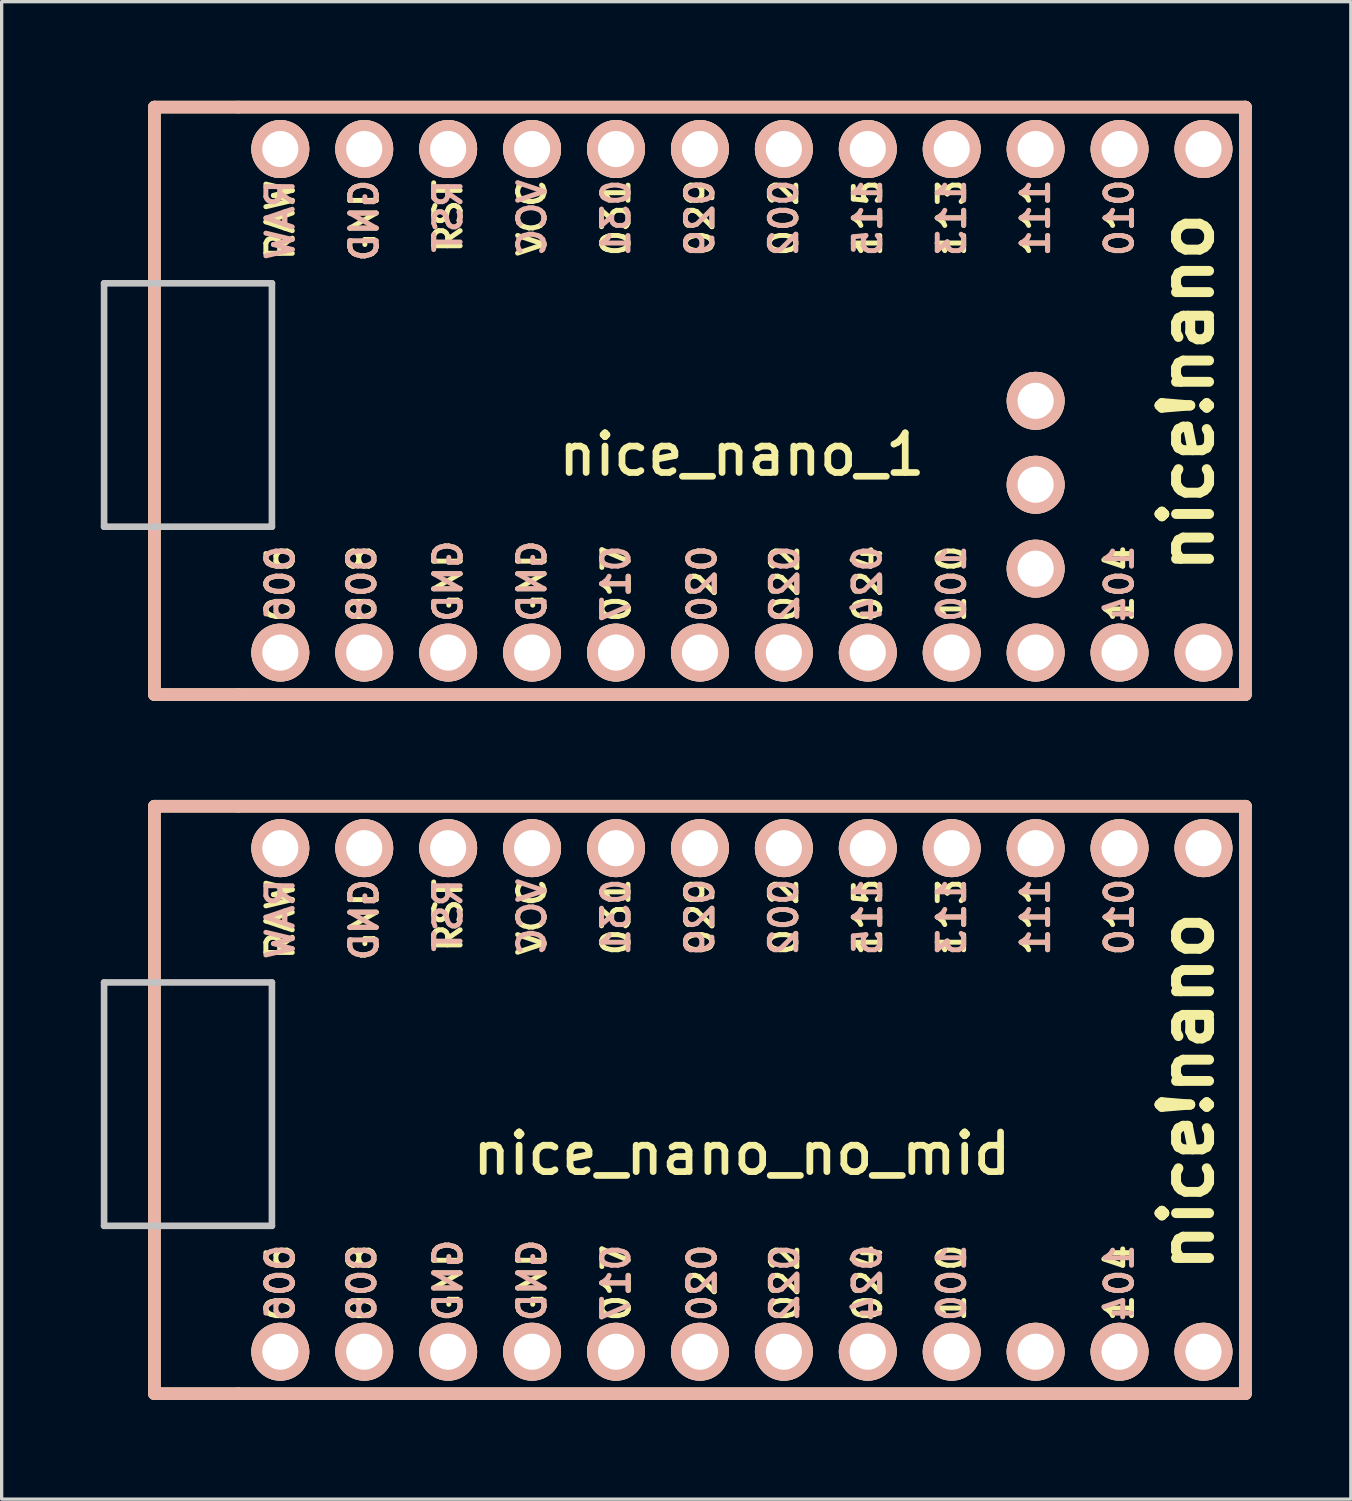
<source format=kicad_pcb>
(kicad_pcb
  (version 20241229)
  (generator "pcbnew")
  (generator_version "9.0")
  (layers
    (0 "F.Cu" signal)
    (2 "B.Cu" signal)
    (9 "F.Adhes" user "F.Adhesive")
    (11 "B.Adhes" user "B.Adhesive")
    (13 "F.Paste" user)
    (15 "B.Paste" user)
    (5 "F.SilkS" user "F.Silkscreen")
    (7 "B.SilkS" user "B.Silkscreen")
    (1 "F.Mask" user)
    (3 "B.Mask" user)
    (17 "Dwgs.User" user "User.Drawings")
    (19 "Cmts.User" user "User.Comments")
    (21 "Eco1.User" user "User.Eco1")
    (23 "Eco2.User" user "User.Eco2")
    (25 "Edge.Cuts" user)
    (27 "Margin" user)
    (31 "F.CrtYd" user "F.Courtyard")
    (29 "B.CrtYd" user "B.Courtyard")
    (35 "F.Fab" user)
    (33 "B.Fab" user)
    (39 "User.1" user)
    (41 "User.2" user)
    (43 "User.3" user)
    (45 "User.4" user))
  (footprint "nice_nano_1"
    (layer "F.Cu")
    (at 19.404 9.081)
    (property "Reference" "nice_nano_1" (at 0 1.625 0) (layer "F.SilkS") (effects (font (size 1.2 1.2) (thickness 0.203))))
    (attr through_hole)
    (fp_line (start -17.78 -8.89) (end -17.78 8.89) (stroke (width 0.381) (type solid)) (layer "F.SilkS"))
    (fp_line (start -17.78 8.89) (end -15.24 8.89) (stroke (width 0.381) (type solid)) (layer "F.SilkS"))
    (fp_line (start -15.24 -8.89) (end -17.78 -8.89) (stroke (width 0.381) (type solid)) (layer "F.SilkS"))
    (fp_line (start -15.24 8.89) (end 15.24 8.89) (stroke (width 0.381) (type solid)) (layer "F.SilkS"))
    (fp_line (start 15.24 -8.89) (end -15.24 -8.89) (stroke (width 0.381) (type solid)) (layer "F.SilkS"))
    (fp_line (start 15.24 8.89) (end 15.24 -8.89) (stroke (width 0.381) (type solid)) (layer "F.SilkS"))
    (fp_line (start -17.78 -8.89) (end -17.78 8.89) (stroke (width 0.381) (type solid)) (layer "B.SilkS"))
    (fp_line (start -17.78 8.89) (end 15.24 8.89) (stroke (width 0.381) (type solid)) (layer "B.SilkS"))
    (fp_line (start 15.24 -8.89) (end -17.78 -8.89) (stroke (width 0.381) (type solid)) (layer "B.SilkS"))
    (fp_line (start 15.24 8.89) (end 15.24 -8.89) (stroke (width 0.381) (type solid)) (layer "B.SilkS"))
    (fp_line (start -19.304 -3.556) (end -14.224 -3.556) (stroke (width 0.2) (type solid)) (layer "Dwgs.User"))
    (fp_line (start -19.304 3.81) (end -19.304 -3.556) (stroke (width 0.2) (type solid)) (layer "Dwgs.User"))
    (fp_line (start -14.224 -3.556) (end -14.224 3.81) (stroke (width 0.2) (type solid)) (layer "Dwgs.User"))
    (fp_line (start -14.224 3.81) (end -19.304 3.81) (stroke (width 0.2) (type solid)) (layer "Dwgs.User"))
    (fp_text user "GND" (at -11.43 -5.455 90) (layer "F.SilkS") (effects (font (size 0.8 0.8) (thickness 0.15))))
    (fp_text user "115" (at 3.81 -5.537 90) (layer "F.SilkS") (effects (font (size 0.8 0.8) (thickness 0.15))))
    (fp_text user "031" (at -3.81 -5.537 90) (layer "F.SilkS") (effects (font (size 0.8 0.8) (thickness 0.15))))
    (fp_text user "111" (at 8.89 -5.537 90) (layer "F.SilkS") (effects (font (size 0.8 0.8) (thickness 0.15))))
    (fp_text user "006" (at -13.97 5.537 90) (layer "F.SilkS") (effects (font (size 0.8 0.8) (thickness 0.15))))
    (fp_text user "GND" (at -8.89 5.461 90) (layer "F.SilkS") (effects (font (size 0.8 0.8) (thickness 0.15))))
    (fp_text user "113" (at 6.35 -5.537 90) (layer "F.SilkS") (effects (font (size 0.8 0.8) (thickness 0.15))))
    (fp_text user "024" (at 3.81 5.537 90) (layer "F.SilkS") (effects (font (size 0.8 0.8) (thickness 0.15))))
    (fp_text user "022" (at 1.3 5.537 90) (layer "F.SilkS") (effects (font (size 0.8 0.8) (thickness 0.15))))
    (fp_text user "020" (at -1.2 5.537 90) (layer "F.SilkS") (effects (font (size 0.8 0.8) (thickness 0.15))))
    (fp_text user "VCC" (at -6.35 -5.537 90) (layer "F.SilkS") (effects (font (size 0.8 0.8) (thickness 0.15))))
    (fp_text user "GND" (at -6.35 5.461 90) (layer "F.SilkS") (effects (font (size 0.8 0.8) (thickness 0.15))))
    (fp_text user "008" (at -11.5 5.537 90) (layer "F.SilkS") (effects (font (size 0.8 0.8) (thickness 0.15))))
    (fp_text user "017" (at -3.8 5.537 90) (layer "F.SilkS") (effects (font (size 0.8 0.8) (thickness 0.15))))
    (fp_text user "100" (at 6.35 5.537 90) (layer "F.SilkS") (effects (font (size 0.8 0.8) (thickness 0.15))))
    (fp_text user "104" (at 11.43 5.537 90) (layer "F.SilkS") (effects (font (size 0.8 0.8) (thickness 0.15))))
    (fp_text user "nice!nano" (at 13.462 -0.254 90) (layer "F.SilkS") (effects (font (size 1.5 1.5) (thickness 0.3))))
    (fp_text user "002" (at 1.27 -5.537 90) (layer "F.SilkS") (effects (font (size 0.8 0.8) (thickness 0.15))))
    (fp_text user "RST" (at -8.89 -5.588 90) (layer "F.SilkS") (effects (font (size 0.8 0.8) (thickness 0.15))))
    (fp_text user "RAW" (at -13.97 -5.474 90) (layer "F.SilkS") (effects (font (size 0.8 0.8) (thickness 0.15))))
    (fp_text user "010" (at 11.43 -5.537 90) (layer "F.SilkS") (effects (font (size 0.8 0.8) (thickness 0.15))))
    (fp_text user "029" (at -1.27 -5.537 90) (layer "F.SilkS") (effects (font (size 0.8 0.8) (thickness 0.15))))
    (fp_text user "008" (at -11.5 5.537 90) (layer "B.SilkS") (effects (font (size 0.8 0.8) (thickness 0.15)) (justify mirror)))
    (fp_text user "RAW" (at -13.97 -5.474 90) (layer "B.SilkS") (effects (font (size 0.8 0.8) (thickness 0.15)) (justify mirror)))
    (fp_text user "002" (at 1.27 -5.537 90) (layer "B.SilkS") (effects (font (size 0.8 0.8) (thickness 0.15)) (justify mirror)))
    (fp_text user "006" (at -13.97 5.537 90) (layer "B.SilkS") (effects (font (size 0.8 0.8) (thickness 0.15)) (justify mirror)))
    (fp_text user "115" (at 3.81 -5.537 90) (layer "B.SilkS") (effects (font (size 0.8 0.8) (thickness 0.15)) (justify mirror)))
    (fp_text user "020" (at -1.2 5.537 90) (layer "B.SilkS") (effects (font (size 0.8 0.8) (thickness 0.15)) (justify mirror)))
    (fp_text user "RST" (at -8.89 -5.588 90) (layer "B.SilkS") (effects (font (size 0.8 0.8) (thickness 0.15)) (justify mirror)))
    (fp_text user "GND" (at -8.89 5.461 90) (layer "B.SilkS") (effects (font (size 0.8 0.8) (thickness 0.15)) (justify mirror)))
    (fp_text user "022" (at 1.3 5.537 90) (layer "B.SilkS") (effects (font (size 0.8 0.8) (thickness 0.15)) (justify mirror)))
    (fp_text user "113" (at 6.35 -5.537 90) (layer "B.SilkS") (effects (font (size 0.8 0.8) (thickness 0.15)) (justify mirror)))
    (fp_text user "031" (at -3.81 -5.537 90) (layer "B.SilkS") (effects (font (size 0.8 0.8) (thickness 0.15)) (justify mirror)))
    (fp_text user "029" (at -1.27 -5.537 90) (layer "B.SilkS") (effects (font (size 0.8 0.8) (thickness 0.15)) (justify mirror)))
    (fp_text user "GND" (at -6.35 5.461 90) (layer "B.SilkS") (effects (font (size 0.8 0.8) (thickness 0.15)) (justify mirror)))
    (fp_text user "100" (at 6.35 5.537 90) (layer "B.SilkS") (effects (font (size 0.8 0.8) (thickness 0.15)) (justify mirror)))
    (fp_text user "010" (at 11.43 -5.537 90) (layer "B.SilkS") (effects (font (size 0.8 0.8) (thickness 0.15)) (justify mirror)))
    (fp_text user "017" (at -3.81 5.537 90) (layer "B.SilkS") (effects (font (size 0.8 0.8) (thickness 0.15)) (justify mirror)))
    (fp_text user "GND" (at -11.43 -5.455 90) (layer "B.SilkS") (effects (font (size 0.8 0.8) (thickness 0.15)) (justify mirror)))
    (fp_text user "024" (at 3.8 5.537 90) (layer "B.SilkS") (effects (font (size 0.8 0.8) (thickness 0.15)) (justify mirror)))
    (fp_text user "111" (at 8.89 -5.537 90) (layer "B.SilkS") (effects (font (size 0.8 0.8) (thickness 0.15)) (justify mirror)))
    (fp_text user "104" (at 11.43 5.537 90) (layer "B.SilkS") (effects (font (size 0.8 0.8) (thickness 0.15)) (justify mirror)))
    (fp_text user "VCC" (at -6.35 -5.537 90) (layer "B.SilkS") (effects (font (size 0.8 0.8) (thickness 0.15)) (justify mirror)))
    (pad "1" thru_hole circle (at -13.97 7.62) (size 1.753 1.753) (drill 1.092) (layers "*.Cu" "*.SilkS" "*.Mask"))
    (pad "2" thru_hole circle (at -11.43 7.62) (size 1.753 1.753) (drill 1.092) (layers "*.Cu" "*.SilkS" "*.Mask"))
    (pad "3" thru_hole circle (at -8.89 7.62) (size 1.753 1.753) (drill 1.092) (layers "*.Cu" "*.SilkS" "*.Mask"))
    (pad "4" thru_hole circle (at -6.35 7.62) (size 1.753 1.753) (drill 1.092) (layers "*.Cu" "*.SilkS" "*.Mask"))
    (pad "5" thru_hole circle (at -3.81 7.62) (size 1.753 1.753) (drill 1.092) (layers "*.Cu" "*.SilkS" "*.Mask"))
    (pad "6" thru_hole circle (at -1.27 7.62) (size 1.753 1.753) (drill 1.092) (layers "*.Cu" "*.SilkS" "*.Mask"))
    (pad "7" thru_hole circle (at 1.27 7.62) (size 1.753 1.753) (drill 1.092) (layers "*.Cu" "*.SilkS" "*.Mask"))
    (pad "8" thru_hole circle (at 3.81 7.62) (size 1.753 1.753) (drill 1.092) (layers "*.Cu" "*.SilkS" "*.Mask"))
    (pad "9" thru_hole circle (at 6.35 7.62) (size 1.753 1.753) (drill 1.092) (layers "*.Cu" "*.SilkS" "*.Mask"))
    (pad "10" thru_hole circle (at 8.89 7.62) (size 1.753 1.753) (drill 1.092) (layers "*.Cu" "*.SilkS" "*.Mask"))
    (pad "11" thru_hole circle (at 11.43 7.62) (size 1.753 1.753) (drill 1.092) (layers "*.Cu" "*.SilkS" "*.Mask"))
    (pad "12" thru_hole circle (at 13.97 7.62) (size 1.753 1.753) (drill 1.092) (layers "*.Cu" "*.SilkS" "*.Mask"))
    (pad "13" thru_hole circle (at 13.97 -7.62) (size 1.753 1.753) (drill 1.092) (layers "*.Cu" "*.SilkS" "*.Mask"))
    (pad "14" thru_hole circle (at 11.43 -7.62) (size 1.753 1.753) (drill 1.092) (layers "*.Cu" "*.SilkS" "*.Mask"))
    (pad "15" thru_hole circle (at 8.89 -7.62) (size 1.753 1.753) (drill 1.092) (layers "*.Cu" "*.SilkS" "*.Mask"))
    (pad "16" thru_hole circle (at 6.35 -7.62) (size 1.753 1.753) (drill 1.092) (layers "*.Cu" "*.SilkS" "*.Mask"))
    (pad "17" thru_hole circle (at 3.81 -7.62) (size 1.753 1.753) (drill 1.092) (layers "*.Cu" "*.SilkS" "*.Mask"))
    (pad "18" thru_hole circle (at 1.27 -7.62) (size 1.753 1.753) (drill 1.092) (layers "*.Cu" "*.SilkS" "*.Mask"))
    (pad "19" thru_hole circle (at -1.27 -7.62) (size 1.753 1.753) (drill 1.092) (layers "*.Cu" "*.SilkS" "*.Mask"))
    (pad "20" thru_hole circle (at -3.81 -7.62) (size 1.753 1.753) (drill 1.092) (layers "*.Cu" "*.SilkS" "*.Mask"))
    (pad "21" thru_hole circle (at -6.35 -7.62) (size 1.753 1.753) (drill 1.092) (layers "*.Cu" "*.SilkS" "*.Mask"))
    (pad "22" thru_hole circle (at -8.89 -7.62) (size 1.753 1.753) (drill 1.092) (layers "*.Cu" "*.SilkS" "*.Mask"))
    (pad "23" thru_hole circle (at -11.43 -7.62) (size 1.753 1.753) (drill 1.092) (layers "*.Cu" "*.SilkS" "*.Mask"))
    (pad "24" thru_hole circle (at -13.97 -7.62) (size 1.753 1.753) (drill 1.092) (layers "*.Cu" "*.SilkS" "*.Mask"))
    (pad "31" thru_hole circle (at 8.89 5.08) (size 1.753 1.753) (drill 1.092) (layers "*.Cu" "*.SilkS" "*.Mask"))
    (pad "32" thru_hole circle (at 8.89 2.54) (size 1.753 1.753) (drill 1.092) (layers "*.Cu" "*.SilkS" "*.Mask"))
    (pad "33" thru_hole circle (at 8.89 0) (size 1.753 1.753) (drill 1.092) (layers "*.Cu" "*.SilkS" "*.Mask")))
  (footprint "nice_nano_no_mid"
    (layer "F.Cu")
    (at 19.404 30.241)
    (property "Reference" "nice_nano_no_mid" (at 0 1.625 0) (layer "F.SilkS") (effects (font (size 1.2 1.2) (thickness 0.203))))
    (attr through_hole)
    (fp_line (start -17.78 -8.89) (end -17.78 8.89) (stroke (width 0.381) (type solid)) (layer "F.SilkS"))
    (fp_line (start -17.78 8.89) (end -15.24 8.89) (stroke (width 0.381) (type solid)) (layer "F.SilkS"))
    (fp_line (start -15.24 -8.89) (end -17.78 -8.89) (stroke (width 0.381) (type solid)) (layer "F.SilkS"))
    (fp_line (start -15.24 8.89) (end 15.24 8.89) (stroke (width 0.381) (type solid)) (layer "F.SilkS"))
    (fp_line (start 15.24 -8.89) (end -15.24 -8.89) (stroke (width 0.381) (type solid)) (layer "F.SilkS"))
    (fp_line (start 15.24 8.89) (end 15.24 -8.89) (stroke (width 0.381) (type solid)) (layer "F.SilkS"))
    (fp_line (start -17.78 -8.89) (end -17.78 8.89) (stroke (width 0.381) (type solid)) (layer "B.SilkS"))
    (fp_line (start -17.78 8.89) (end 15.24 8.89) (stroke (width 0.381) (type solid)) (layer "B.SilkS"))
    (fp_line (start 15.24 -8.89) (end -17.78 -8.89) (stroke (width 0.381) (type solid)) (layer "B.SilkS"))
    (fp_line (start 15.24 8.89) (end 15.24 -8.89) (stroke (width 0.381) (type solid)) (layer "B.SilkS"))
    (fp_line (start -19.304 -3.556) (end -14.224 -3.556) (stroke (width 0.2) (type solid)) (layer "Dwgs.User"))
    (fp_line (start -19.304 3.81) (end -19.304 -3.556) (stroke (width 0.2) (type solid)) (layer "Dwgs.User"))
    (fp_line (start -14.224 -3.556) (end -14.224 3.81) (stroke (width 0.2) (type solid)) (layer "Dwgs.User"))
    (fp_line (start -14.224 3.81) (end -19.304 3.81) (stroke (width 0.2) (type solid)) (layer "Dwgs.User"))
    (fp_text user "010" (at 11.43 -5.537 90) (layer "F.SilkS") (effects (font (size 0.8 0.8) (thickness 0.15))))
    (fp_text user "GND" (at -8.89 5.461 90) (layer "F.SilkS") (effects (font (size 0.8 0.8) (thickness 0.15))))
    (fp_text user "031" (at -3.81 -5.537 90) (layer "F.SilkS") (effects (font (size 0.8 0.8) (thickness 0.15))))
    (fp_text user "029" (at -1.27 -5.537 90) (layer "F.SilkS") (effects (font (size 0.8 0.8) (thickness 0.15))))
    (fp_text user "GND" (at -6.35 5.461 90) (layer "F.SilkS") (effects (font (size 0.8 0.8) (thickness 0.15))))
    (fp_text user "020" (at -1.2 5.537 90) (layer "F.SilkS") (effects (font (size 0.8 0.8) (thickness 0.15))))
    (fp_text user "104" (at 11.43 5.537 90) (layer "F.SilkS") (effects (font (size 0.8 0.8) (thickness 0.15))))
    (fp_text user "nice!nano" (at 13.462 -0.254 90) (layer "F.SilkS") (effects (font (size 1.5 1.5) (thickness 0.3))))
    (fp_text user "008" (at -11.5 5.537 90) (layer "F.SilkS") (effects (font (size 0.8 0.8) (thickness 0.15))))
    (fp_text user "VCC" (at -6.35 -5.537 90) (layer "F.SilkS") (effects (font (size 0.8 0.8) (thickness 0.15))))
    (fp_text user "100" (at 6.35 5.537 90) (layer "F.SilkS") (effects (font (size 0.8 0.8) (thickness 0.15))))
    (fp_text user "113" (at 6.35 -5.537 90) (layer "F.SilkS") (effects (font (size 0.8 0.8) (thickness 0.15))))
    (fp_text user "002" (at 1.27 -5.537 90) (layer "F.SilkS") (effects (font (size 0.8 0.8) (thickness 0.15))))
    (fp_text user "GND" (at -11.43 -5.455 90) (layer "F.SilkS") (effects (font (size 0.8 0.8) (thickness 0.15))))
    (fp_text user "024" (at 3.81 5.537 90) (layer "F.SilkS") (effects (font (size 0.8 0.8) (thickness 0.15))))
    (fp_text user "006" (at -13.97 5.537 90) (layer "F.SilkS") (effects (font (size 0.8 0.8) (thickness 0.15))))
    (fp_text user "022" (at 1.3 5.537 90) (layer "F.SilkS") (effects (font (size 0.8 0.8) (thickness 0.15))))
    (fp_text user "RAW" (at -13.97 -5.474 90) (layer "F.SilkS") (effects (font (size 0.8 0.8) (thickness 0.15))))
    (fp_text user "017" (at -3.8 5.537 90) (layer "F.SilkS") (effects (font (size 0.8 0.8) (thickness 0.15))))
    (fp_text user "111" (at 8.89 -5.537 90) (layer "F.SilkS") (effects (font (size 0.8 0.8) (thickness 0.15))))
    (fp_text user "115" (at 3.81 -5.537 90) (layer "F.SilkS") (effects (font (size 0.8 0.8) (thickness 0.15))))
    (fp_text user "RST" (at -8.89 -5.588 90) (layer "F.SilkS") (effects (font (size 0.8 0.8) (thickness 0.15))))
    (fp_text user "017" (at -3.81 5.537 90) (layer "B.SilkS") (effects (font (size 0.8 0.8) (thickness 0.15)) (justify mirror)))
    (fp_text user "031" (at -3.81 -5.537 90) (layer "B.SilkS") (effects (font (size 0.8 0.8) (thickness 0.15)) (justify mirror)))
    (fp_text user "115" (at 3.81 -5.537 90) (layer "B.SilkS") (effects (font (size 0.8 0.8) (thickness 0.15)) (justify mirror)))
    (fp_text user "RAW" (at -13.97 -5.474 90) (layer "B.SilkS") (effects (font (size 0.8 0.8) (thickness 0.15)) (justify mirror)))
    (fp_text user "024" (at 3.8 5.537 90) (layer "B.SilkS") (effects (font (size 0.8 0.8) (thickness 0.15)) (justify mirror)))
    (fp_text user "010" (at 11.43 -5.537 90) (layer "B.SilkS") (effects (font (size 0.8 0.8) (thickness 0.15)) (justify mirror)))
    (fp_text user "113" (at 6.35 -5.537 90) (layer "B.SilkS") (effects (font (size 0.8 0.8) (thickness 0.15)) (justify mirror)))
    (fp_text user "006" (at -13.97 5.537 90) (layer "B.SilkS") (effects (font (size 0.8 0.8) (thickness 0.15)) (justify mirror)))
    (fp_text user "020" (at -1.2 5.537 90) (layer "B.SilkS") (effects (font (size 0.8 0.8) (thickness 0.15)) (justify mirror)))
    (fp_text user "022" (at 1.3 5.537 90) (layer "B.SilkS") (effects (font (size 0.8 0.8) (thickness 0.15)) (justify mirror)))
    (fp_text user "VCC" (at -6.35 -5.537 90) (layer "B.SilkS") (effects (font (size 0.8 0.8) (thickness 0.15)) (justify mirror)))
    (fp_text user "104" (at 11.43 5.537 90) (layer "B.SilkS") (effects (font (size 0.8 0.8) (thickness 0.15)) (justify mirror)))
    (fp_text user "GND" (at -8.89 5.461 90) (layer "B.SilkS") (effects (font (size 0.8 0.8) (thickness 0.15)) (justify mirror)))
    (fp_text user "GND" (at -11.43 -5.455 90) (layer "B.SilkS") (effects (font (size 0.8 0.8) (thickness 0.15)) (justify mirror)))
    (fp_text user "111" (at 8.89 -5.537 90) (layer "B.SilkS") (effects (font (size 0.8 0.8) (thickness 0.15)) (justify mirror)))
    (fp_text user "029" (at -1.27 -5.537 90) (layer "B.SilkS") (effects (font (size 0.8 0.8) (thickness 0.15)) (justify mirror)))
    (fp_text user "002" (at 1.27 -5.537 90) (layer "B.SilkS") (effects (font (size 0.8 0.8) (thickness 0.15)) (justify mirror)))
    (fp_text user "100" (at 6.35 5.537 90) (layer "B.SilkS") (effects (font (size 0.8 0.8) (thickness 0.15)) (justify mirror)))
    (fp_text user "RST" (at -8.89 -5.588 90) (layer "B.SilkS") (effects (font (size 0.8 0.8) (thickness 0.15)) (justify mirror)))
    (fp_text user "008" (at -11.5 5.537 90) (layer "B.SilkS") (effects (font (size 0.8 0.8) (thickness 0.15)) (justify mirror)))
    (fp_text user "GND" (at -6.35 5.461 90) (layer "B.SilkS") (effects (font (size 0.8 0.8) (thickness 0.15)) (justify mirror)))
    (pad "1" thru_hole circle (at -13.97 7.62) (size 1.753 1.753) (drill 1.092) (layers "*.Cu" "*.SilkS" "*.Mask"))
    (pad "2" thru_hole circle (at -11.43 7.62) (size 1.753 1.753) (drill 1.092) (layers "*.Cu" "*.SilkS" "*.Mask"))
    (pad "3" thru_hole circle (at -8.89 7.62) (size 1.753 1.753) (drill 1.092) (layers "*.Cu" "*.SilkS" "*.Mask"))
    (pad "4" thru_hole circle (at -6.35 7.62) (size 1.753 1.753) (drill 1.092) (layers "*.Cu" "*.SilkS" "*.Mask"))
    (pad "5" thru_hole circle (at -3.81 7.62) (size 1.753 1.753) (drill 1.092) (layers "*.Cu" "*.SilkS" "*.Mask"))
    (pad "6" thru_hole circle (at -1.27 7.62) (size 1.753 1.753) (drill 1.092) (layers "*.Cu" "*.SilkS" "*.Mask"))
    (pad "7" thru_hole circle (at 1.27 7.62) (size 1.753 1.753) (drill 1.092) (layers "*.Cu" "*.SilkS" "*.Mask"))
    (pad "8" thru_hole circle (at 3.81 7.62) (size 1.753 1.753) (drill 1.092) (layers "*.Cu" "*.SilkS" "*.Mask"))
    (pad "9" thru_hole circle (at 6.35 7.62) (size 1.753 1.753) (drill 1.092) (layers "*.Cu" "*.SilkS" "*.Mask"))
    (pad "10" thru_hole circle (at 8.89 7.62) (size 1.753 1.753) (drill 1.092) (layers "*.Cu" "*.SilkS" "*.Mask"))
    (pad "11" thru_hole circle (at 11.43 7.62) (size 1.753 1.753) (drill 1.092) (layers "*.Cu" "*.SilkS" "*.Mask"))
    (pad "12" thru_hole circle (at 13.97 7.62) (size 1.753 1.753) (drill 1.092) (layers "*.Cu" "*.SilkS" "*.Mask"))
    (pad "13" thru_hole circle (at 13.97 -7.62) (size 1.753 1.753) (drill 1.092) (layers "*.Cu" "*.SilkS" "*.Mask"))
    (pad "14" thru_hole circle (at 11.43 -7.62) (size 1.753 1.753) (drill 1.092) (layers "*.Cu" "*.SilkS" "*.Mask"))
    (pad "15" thru_hole circle (at 8.89 -7.62) (size 1.753 1.753) (drill 1.092) (layers "*.Cu" "*.SilkS" "*.Mask"))
    (pad "16" thru_hole circle (at 6.35 -7.62) (size 1.753 1.753) (drill 1.092) (layers "*.Cu" "*.SilkS" "*.Mask"))
    (pad "17" thru_hole circle (at 3.81 -7.62) (size 1.753 1.753) (drill 1.092) (layers "*.Cu" "*.SilkS" "*.Mask"))
    (pad "18" thru_hole circle (at 1.27 -7.62) (size 1.753 1.753) (drill 1.092) (layers "*.Cu" "*.SilkS" "*.Mask"))
    (pad "19" thru_hole circle (at -1.27 -7.62) (size 1.753 1.753) (drill 1.092) (layers "*.Cu" "*.SilkS" "*.Mask"))
    (pad "20" thru_hole circle (at -3.81 -7.62) (size 1.753 1.753) (drill 1.092) (layers "*.Cu" "*.SilkS" "*.Mask"))
    (pad "21" thru_hole circle (at -6.35 -7.62) (size 1.753 1.753) (drill 1.092) (layers "*.Cu" "*.SilkS" "*.Mask"))
    (pad "22" thru_hole circle (at -8.89 -7.62) (size 1.753 1.753) (drill 1.092) (layers "*.Cu" "*.SilkS" "*.Mask"))
    (pad "23" thru_hole circle (at -11.43 -7.62) (size 1.753 1.753) (drill 1.092) (layers "*.Cu" "*.SilkS" "*.Mask"))
    (pad "24" thru_hole circle (at -13.97 -7.62) (size 1.753 1.753) (drill 1.092) (layers "*.Cu" "*.SilkS" "*.Mask")))
  (gr_rect
    (start -3 -3)
    (end 37.834 42.322)
    (stroke (width 0.1) (type default))
    (fill no)
    (layer "Edge.Cuts")))
</source>
